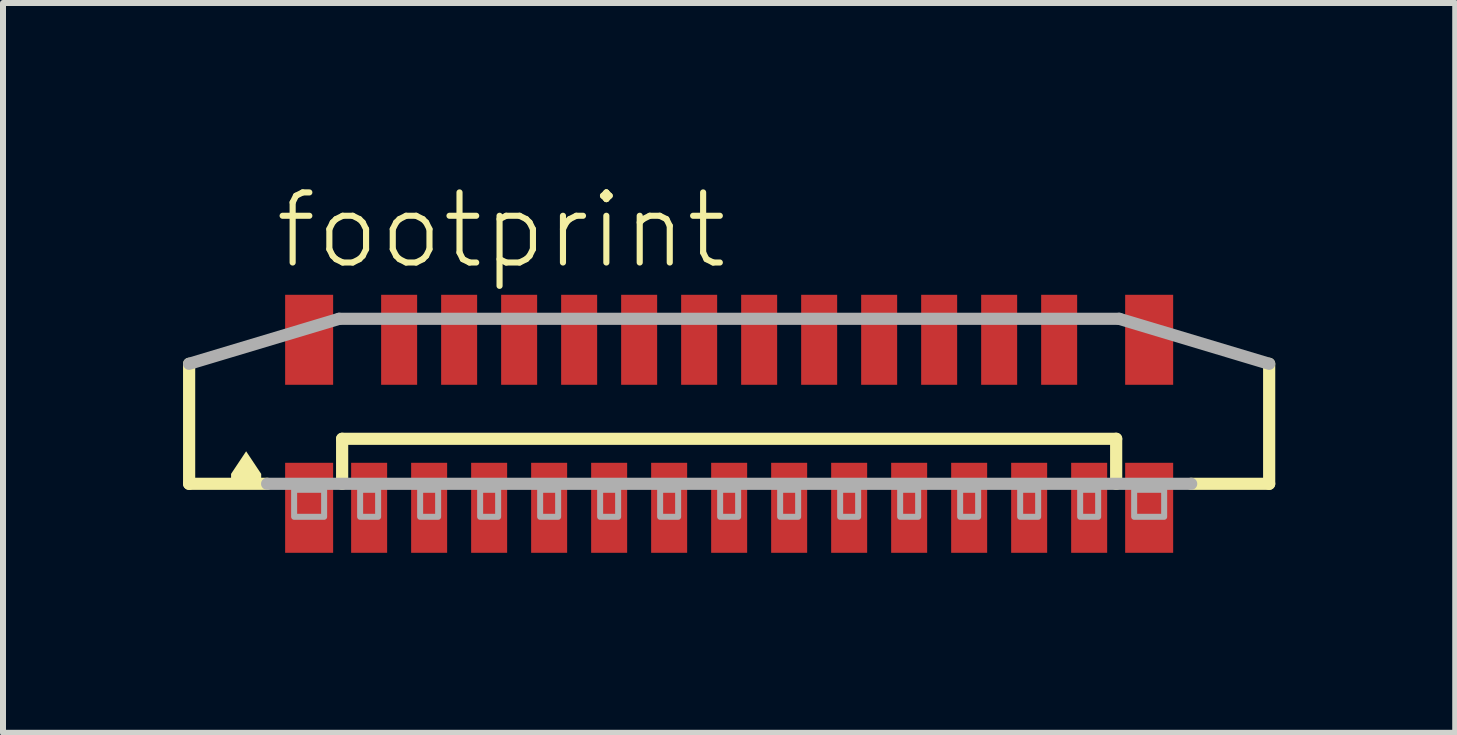
<source format=kicad_pcb>
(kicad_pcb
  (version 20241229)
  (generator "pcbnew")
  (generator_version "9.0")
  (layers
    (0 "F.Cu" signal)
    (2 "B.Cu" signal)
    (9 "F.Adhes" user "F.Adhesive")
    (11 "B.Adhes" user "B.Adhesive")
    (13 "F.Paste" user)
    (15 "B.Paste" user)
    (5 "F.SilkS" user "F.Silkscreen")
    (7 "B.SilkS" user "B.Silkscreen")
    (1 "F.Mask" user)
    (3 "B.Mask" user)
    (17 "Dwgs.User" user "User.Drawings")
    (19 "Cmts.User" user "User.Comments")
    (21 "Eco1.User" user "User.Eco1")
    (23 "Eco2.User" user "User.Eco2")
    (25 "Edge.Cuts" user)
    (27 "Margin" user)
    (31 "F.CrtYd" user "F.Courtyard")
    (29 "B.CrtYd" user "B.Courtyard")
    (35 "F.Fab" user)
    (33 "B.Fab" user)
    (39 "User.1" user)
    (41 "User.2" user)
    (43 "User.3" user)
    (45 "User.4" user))
  (footprint "footprint"
    (layer "F.Cu")
    (at 9.102 4.013)
    (property "Reference" "footprint" (at -7.62 -2.54 0) (layer "F.SilkS") (effects (font (size 1.168 1.168) (thickness 0.102)) (justify left bottom)))
    (fp_line (start -9 1) (end -9 -1) (stroke (width 0.203) (type solid)) (layer "F.SilkS"))
    (fp_line (start -7.7 1) (end -9 1) (stroke (width 0.203) (type solid)) (layer "F.SilkS"))
    (fp_line (start -6.45 0.25) (end 6.45 0.25) (stroke (width 0.203) (type solid)) (layer "F.SilkS"))
    (fp_line (start -6.45 1) (end -6.45 0.25) (stroke (width 0.203) (type solid)) (layer "F.SilkS"))
    (fp_line (start 6.45 0.25) (end 6.45 1) (stroke (width 0.203) (type solid)) (layer "F.SilkS"))
    (fp_line (start 9 -1) (end 9 1) (stroke (width 0.203) (type solid)) (layer "F.SilkS"))
    (fp_line (start 9 1) (end 7.7 1) (stroke (width 0.203) (type solid)) (layer "F.SilkS"))
    (fp_poly (pts (xy -7.799 0.835) (xy -7.799 1.001) (xy -8.301 1.001) (xy -8.301 0.835) (xy -8.05 0.458)) (stroke (width 0) (type solid)) (fill yes) (layer "F.SilkS"))
    (fp_line (start -9 -1) (end -6.5 -1.75) (stroke (width 0.203) (type solid)) (layer "F.Fab"))
    (fp_line (start -6.5 -1.75) (end 6.5 -1.75) (stroke (width 0.203) (type solid)) (layer "F.Fab"))
    (fp_line (start 6.5 -1.75) (end 9 -1) (stroke (width 0.203) (type solid)) (layer "F.Fab"))
    (fp_line (start 7.7 1) (end -7.7 1) (stroke (width 0.203) (type solid)) (layer "F.Fab"))
    (fp_poly (pts (xy -7.25 1.55) (xy -6.75 1.55) (xy -6.75 1.1) (xy -7.25 1.1)) (stroke (width 0.1) (type solid)) (fill no) (layer "F.Fab"))
    (fp_poly (pts (xy -6.15 1.55) (xy -5.85 1.55) (xy -5.85 1.1) (xy -6.15 1.1)) (stroke (width 0.1) (type solid)) (fill no) (layer "F.Fab"))
    (fp_poly (pts (xy -5.15 1.55) (xy -4.85 1.55) (xy -4.85 1.1) (xy -5.15 1.1)) (stroke (width 0.1) (type solid)) (fill no) (layer "F.Fab"))
    (fp_poly (pts (xy -4.15 1.55) (xy -3.85 1.55) (xy -3.85 1.1) (xy -4.15 1.1)) (stroke (width 0.1) (type solid)) (fill no) (layer "F.Fab"))
    (fp_poly (pts (xy -3.15 1.55) (xy -2.85 1.55) (xy -2.85 1.1) (xy -3.15 1.1)) (stroke (width 0.1) (type solid)) (fill no) (layer "F.Fab"))
    (fp_poly (pts (xy -2.15 1.55) (xy -1.85 1.55) (xy -1.85 1.1) (xy -2.15 1.1)) (stroke (width 0.1) (type solid)) (fill no) (layer "F.Fab"))
    (fp_poly (pts (xy -1.15 1.55) (xy -0.85 1.55) (xy -0.85 1.1) (xy -1.15 1.1)) (stroke (width 0.1) (type solid)) (fill no) (layer "F.Fab"))
    (fp_poly (pts (xy -0.15 1.55) (xy 0.15 1.55) (xy 0.15 1.1) (xy -0.15 1.1)) (stroke (width 0.1) (type solid)) (fill no) (layer "F.Fab"))
    (fp_poly (pts (xy 0.85 1.55) (xy 1.15 1.55) (xy 1.15 1.1) (xy 0.85 1.1)) (stroke (width 0.1) (type solid)) (fill no) (layer "F.Fab"))
    (fp_poly (pts (xy 1.85 1.55) (xy 2.15 1.55) (xy 2.15 1.1) (xy 1.85 1.1)) (stroke (width 0.1) (type solid)) (fill no) (layer "F.Fab"))
    (fp_poly (pts (xy 2.85 1.55) (xy 3.15 1.55) (xy 3.15 1.1) (xy 2.85 1.1)) (stroke (width 0.1) (type solid)) (fill no) (layer "F.Fab"))
    (fp_poly (pts (xy 3.85 1.55) (xy 4.15 1.55) (xy 4.15 1.1) (xy 3.85 1.1)) (stroke (width 0.1) (type solid)) (fill no) (layer "F.Fab"))
    (fp_poly (pts (xy 4.85 1.55) (xy 5.15 1.55) (xy 5.15 1.1) (xy 4.85 1.1)) (stroke (width 0.1) (type solid)) (fill no) (layer "F.Fab"))
    (fp_poly (pts (xy 5.85 1.55) (xy 6.15 1.55) (xy 6.15 1.1) (xy 5.85 1.1)) (stroke (width 0.1) (type solid)) (fill no) (layer "F.Fab"))
    (fp_poly (pts (xy 6.75 1.55) (xy 7.25 1.55) (xy 7.25 1.1) (xy 6.75 1.1)) (stroke (width 0.1) (type solid)) (fill no) (layer "F.Fab"))
    (pad "1" smd rect (at -6 1.4) (size 0.6 1.5) (layers "F.Cu" "F.Mask" "F.Paste"))
    (pad "2" smd rect (at -5.5 -1.4 180) (size 0.6 1.5) (layers "F.Cu" "F.Mask" "F.Paste"))
    (pad "3" smd rect (at -5 1.4) (size 0.6 1.5) (layers "F.Cu" "F.Mask" "F.Paste"))
    (pad "4" smd rect (at -4.5 -1.4 180) (size 0.6 1.5) (layers "F.Cu" "F.Mask" "F.Paste"))
    (pad "5" smd rect (at -4 1.4) (size 0.6 1.5) (layers "F.Cu" "F.Mask" "F.Paste"))
    (pad "6" smd rect (at -3.5 -1.4 180) (size 0.6 1.5) (layers "F.Cu" "F.Mask" "F.Paste"))
    (pad "7" smd rect (at -3 1.4) (size 0.6 1.5) (layers "F.Cu" "F.Mask" "F.Paste"))
    (pad "8" smd rect (at -2.5 -1.4 180) (size 0.6 1.5) (layers "F.Cu" "F.Mask" "F.Paste"))
    (pad "9" smd rect (at -2 1.4) (size 0.6 1.5) (layers "F.Cu" "F.Mask" "F.Paste"))
    (pad "10" smd rect (at -1.5 -1.4 180) (size 0.6 1.5) (layers "F.Cu" "F.Mask" "F.Paste"))
    (pad "11" smd rect (at -1 1.4) (size 0.6 1.5) (layers "F.Cu" "F.Mask" "F.Paste"))
    (pad "12" smd rect (at -0.5 -1.4 180) (size 0.6 1.5) (layers "F.Cu" "F.Mask" "F.Paste"))
    (pad "13" smd rect (at 0 1.4) (size 0.6 1.5) (layers "F.Cu" "F.Mask" "F.Paste"))
    (pad "14" smd rect (at 0.5 -1.4 180) (size 0.6 1.5) (layers "F.Cu" "F.Mask" "F.Paste"))
    (pad "15" smd rect (at 1 1.4) (size 0.6 1.5) (layers "F.Cu" "F.Mask" "F.Paste"))
    (pad "16" smd rect (at 1.5 -1.4 180) (size 0.6 1.5) (layers "F.Cu" "F.Mask" "F.Paste"))
    (pad "17" smd rect (at 2 1.4) (size 0.6 1.5) (layers "F.Cu" "F.Mask" "F.Paste"))
    (pad "18" smd rect (at 2.5 -1.4 180) (size 0.6 1.5) (layers "F.Cu" "F.Mask" "F.Paste"))
    (pad "19" smd rect (at 3 1.4) (size 0.6 1.5) (layers "F.Cu" "F.Mask" "F.Paste"))
    (pad "20" smd rect (at 3.5 -1.4 180) (size 0.6 1.5) (layers "F.Cu" "F.Mask" "F.Paste"))
    (pad "21" smd rect (at 4 1.4) (size 0.6 1.5) (layers "F.Cu" "F.Mask" "F.Paste"))
    (pad "22" smd rect (at 4.5 -1.4 180) (size 0.6 1.5) (layers "F.Cu" "F.Mask" "F.Paste"))
    (pad "23" smd rect (at 5 1.4) (size 0.6 1.5) (layers "F.Cu" "F.Mask" "F.Paste"))
    (pad "24" smd rect (at 5.5 -1.4 180) (size 0.6 1.5) (layers "F.Cu" "F.Mask" "F.Paste"))
    (pad "25" smd rect (at 6 1.4) (size 0.6 1.5) (layers "F.Cu" "F.Mask" "F.Paste"))
    (pad "M1" smd rect (at -7 1.4) (size 0.8 1.5) (layers "F.Cu" "F.Mask" "F.Paste"))
    (pad "M2" smd rect (at 7 1.4) (size 0.8 1.5) (layers "F.Cu" "F.Mask" "F.Paste"))
    (pad "M3" smd rect (at 7 -1.4 180) (size 0.8 1.5) (layers "F.Cu" "F.Mask" "F.Paste"))
    (pad "M4" smd rect (at -7 -1.4 180) (size 0.8 1.5) (layers "F.Cu" "F.Mask" "F.Paste")))
  (gr_rect
    (start -3 -3)
    (end 21.203 9.163)
    (stroke (width 0.1) (type default))
    (fill no)
    (layer "Edge.Cuts")))
</source>
